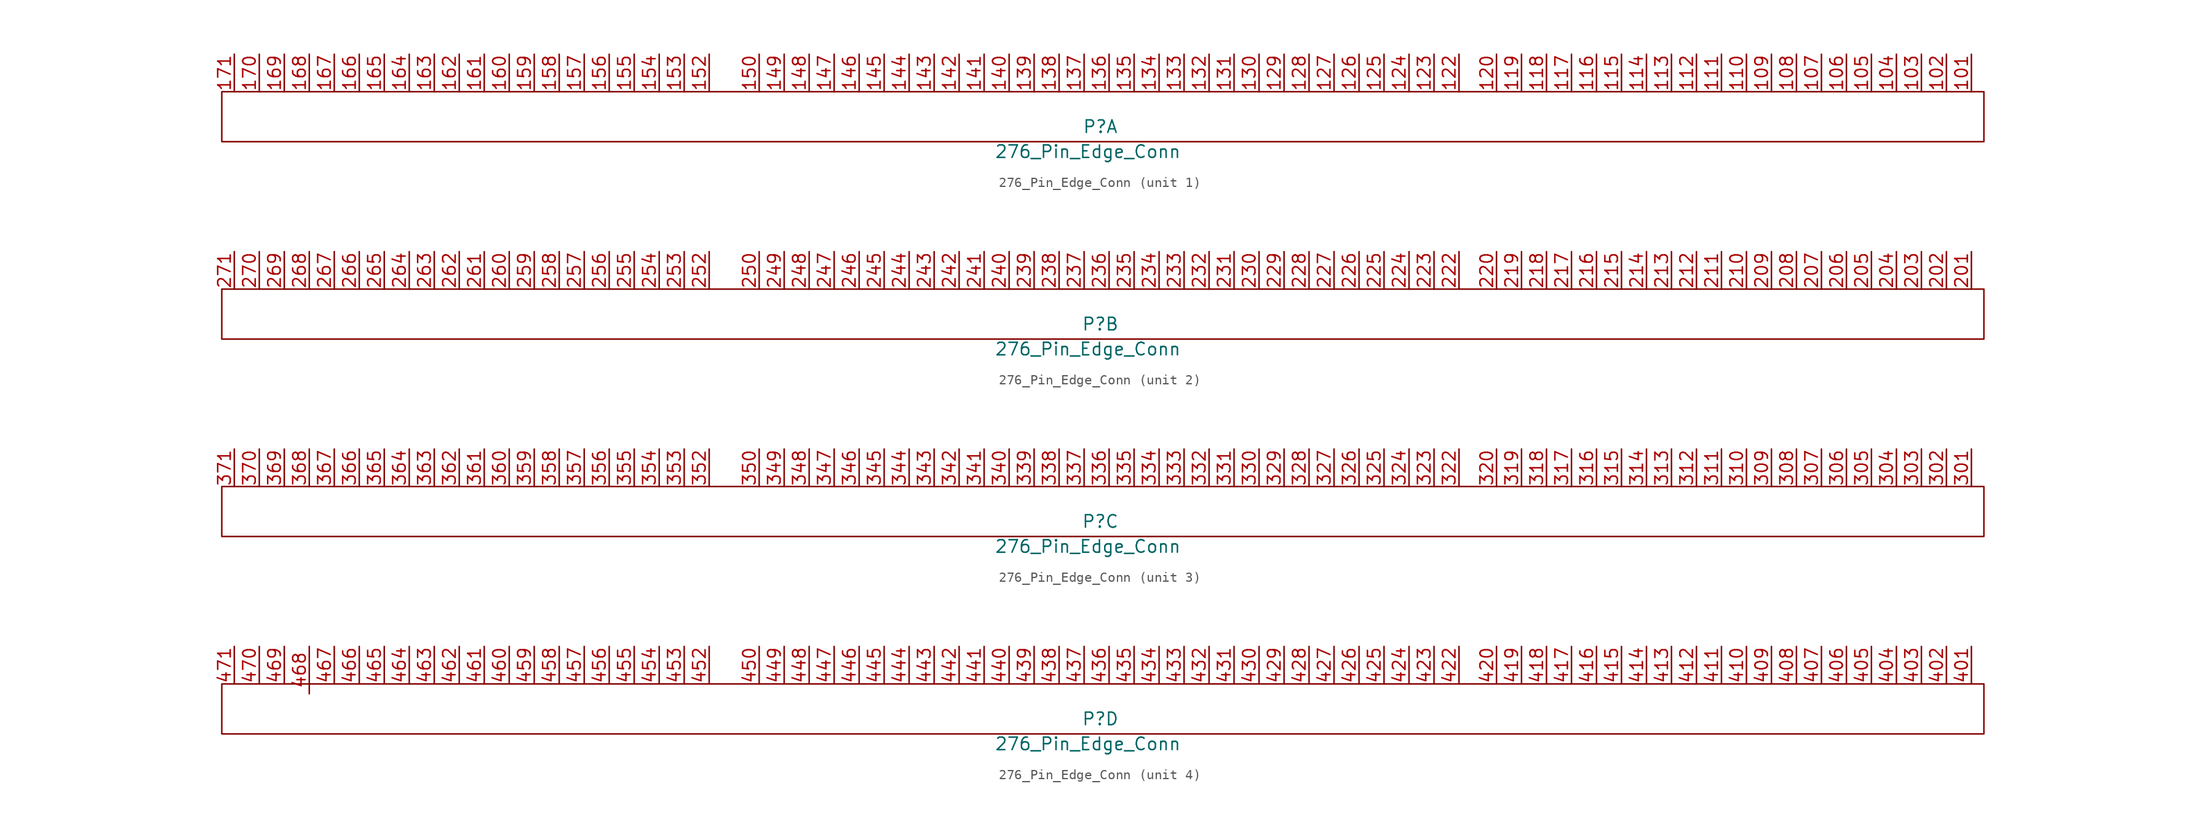
<source format=kicad_sym>
(kicad_symbol_lib
  (version 20211014)
  (generator kicad_symbol_editor)
  (symbol "276_Pin_Edge_Conn"
    (pin_names
      (offset 0.254) hide)
    (property "Reference" "P"
      (at -2.159 -2.286 0)
      (effects (font (size 1.27 1.27))))
    (property "Value" "276_Pin_Edge_Conn"
      (at -3.429 -4.826 0)
      (effects (font (size 1.27 1.27))))
    (symbol "276_Pin_Edge_Conn_0_1"
      (rectangle (start -91.44 1.27) (end 87.63 -3.81) (stroke (width 0) (type default) (color 0 0 0 0)) (fill (type none))))
    (symbol "276_Pin_Edge_Conn_1_1"
      (pin passive line (at 86.36 5.08 270) (length 3.81) (name "101" (effects (font (size 1.27 1.27)))) (number "101" (effects (font (size 1.27 1.27)))))
      (pin passive line (at 83.82 5.08 270) (length 3.81) (name "102" (effects (font (size 1.27 1.27)))) (number "102" (effects (font (size 1.27 1.27)))))
      (pin passive line (at 81.28 5.08 270) (length 3.81) (name "103" (effects (font (size 1.27 1.27)))) (number "103" (effects (font (size 1.27 1.27)))))
      (pin passive line (at 78.74 5.08 270) (length 3.81) (name "104" (effects (font (size 1.27 1.27)))) (number "104" (effects (font (size 1.27 1.27)))))
      (pin passive line (at 76.2 5.08 270) (length 3.81) (name "105" (effects (font (size 1.27 1.27)))) (number "105" (effects (font (size 1.27 1.27)))))
      (pin passive line (at 73.66 5.08 270) (length 3.81) (name "106" (effects (font (size 1.27 1.27)))) (number "106" (effects (font (size 1.27 1.27)))))
      (pin passive line (at 71.12 5.08 270) (length 3.81) (name "107" (effects (font (size 1.27 1.27)))) (number "107" (effects (font (size 1.27 1.27)))))
      (pin passive line (at 68.58 5.08 270) (length 3.81) (name "108" (effects (font (size 1.27 1.27)))) (number "108" (effects (font (size 1.27 1.27)))))
      (pin passive line (at 66.04 5.08 270) (length 3.81) (name "109" (effects (font (size 1.27 1.27)))) (number "109" (effects (font (size 1.27 1.27)))))
      (pin passive line (at 63.5 5.08 270) (length 3.81) (name "110" (effects (font (size 1.27 1.27)))) (number "110" (effects (font (size 1.27 1.27)))))
      (pin passive line (at 60.96 5.08 270) (length 3.81) (name "111" (effects (font (size 1.27 1.27)))) (number "111" (effects (font (size 1.27 1.27)))))
      (pin passive line (at 58.42 5.08 270) (length 3.81) (name "112" (effects (font (size 1.27 1.27)))) (number "112" (effects (font (size 1.27 1.27)))))
      (pin passive line (at 55.88 5.08 270) (length 3.81) (name "113" (effects (font (size 1.27 1.27)))) (number "113" (effects (font (size 1.27 1.27)))))
      (pin passive line (at 53.34 5.08 270) (length 3.81) (name "114" (effects (font (size 1.27 1.27)))) (number "114" (effects (font (size 1.27 1.27)))))
      (pin passive line (at 50.8 5.08 270) (length 3.81) (name "115" (effects (font (size 1.27 1.27)))) (number "115" (effects (font (size 1.27 1.27)))))
      (pin passive line (at 48.26 5.08 270) (length 3.81) (name "116" (effects (font (size 1.27 1.27)))) (number "116" (effects (font (size 1.27 1.27)))))
      (pin passive line (at 45.72 5.08 270) (length 3.81) (name "117" (effects (font (size 1.27 1.27)))) (number "117" (effects (font (size 1.27 1.27)))))
      (pin passive line (at 43.18 5.08 270) (length 3.81) (name "118" (effects (font (size 1.27 1.27)))) (number "118" (effects (font (size 1.27 1.27)))))
      (pin passive line (at 40.64 5.08 270) (length 3.81) (name "119" (effects (font (size 1.27 1.27)))) (number "119" (effects (font (size 1.27 1.27)))))
      (pin passive line (at 38.1 5.08 270) (length 3.81) (name "120" (effects (font (size 1.27 1.27)))) (number "120" (effects (font (size 1.27 1.27)))))
      (pin passive line (at 34.29 5.08 270) (length 3.81) (name "122" (effects (font (size 1.27 1.27)))) (number "122" (effects (font (size 1.27 1.27)))))
      (pin passive line (at 31.75 5.08 270) (length 3.81) (name "123" (effects (font (size 1.27 1.27)))) (number "123" (effects (font (size 1.27 1.27)))))
      (pin passive line (at 29.21 5.08 270) (length 3.81) (name "124" (effects (font (size 1.27 1.27)))) (number "124" (effects (font (size 1.27 1.27)))))
      (pin passive line (at 26.67 5.08 270) (length 3.81) (name "125" (effects (font (size 1.27 1.27)))) (number "125" (effects (font (size 1.27 1.27)))))
      (pin passive line (at 24.13 5.08 270) (length 3.81) (name "126" (effects (font (size 1.27 1.27)))) (number "126" (effects (font (size 1.27 1.27)))))
      (pin passive line (at 21.59 5.08 270) (length 3.81) (name "127" (effects (font (size 1.27 1.27)))) (number "127" (effects (font (size 1.27 1.27)))))
      (pin passive line (at 19.05 5.08 270) (length 3.81) (name "128" (effects (font (size 1.27 1.27)))) (number "128" (effects (font (size 1.27 1.27)))))
      (pin passive line (at 16.51 5.08 270) (length 3.81) (name "129" (effects (font (size 1.27 1.27)))) (number "129" (effects (font (size 1.27 1.27)))))
      (pin passive line (at 13.97 5.08 270) (length 3.81) (name "130" (effects (font (size 1.27 1.27)))) (number "130" (effects (font (size 1.27 1.27)))))
      (pin passive line (at 11.43 5.08 270) (length 3.81) (name "131" (effects (font (size 1.27 1.27)))) (number "131" (effects (font (size 1.27 1.27)))))
      (pin passive line (at 8.89 5.08 270) (length 3.81) (name "132" (effects (font (size 1.27 1.27)))) (number "132" (effects (font (size 1.27 1.27)))))
      (pin passive line (at 6.35 5.08 270) (length 3.81) (name "133" (effects (font (size 1.27 1.27)))) (number "133" (effects (font (size 1.27 1.27)))))
      (pin passive line (at 3.81 5.08 270) (length 3.81) (name "134" (effects (font (size 1.27 1.27)))) (number "134" (effects (font (size 1.27 1.27)))))
      (pin passive line (at 1.27 5.08 270) (length 3.81) (name "135" (effects (font (size 1.27 1.27)))) (number "135" (effects (font (size 1.27 1.27)))))
      (pin passive line (at -1.27 5.08 270) (length 3.81) (name "136" (effects (font (size 1.27 1.27)))) (number "136" (effects (font (size 1.27 1.27)))))
      (pin passive line (at -3.81 5.08 270) (length 3.81) (name "137" (effects (font (size 1.27 1.27)))) (number "137" (effects (font (size 1.27 1.27)))))
      (pin passive line (at -6.35 5.08 270) (length 3.81) (name "138" (effects (font (size 1.27 1.27)))) (number "138" (effects (font (size 1.27 1.27)))))
      (pin passive line (at -8.89 5.08 270) (length 3.81) (name "139" (effects (font (size 1.27 1.27)))) (number "139" (effects (font (size 1.27 1.27)))))
      (pin passive line (at -11.43 5.08 270) (length 3.81) (name "140" (effects (font (size 1.27 1.27)))) (number "140" (effects (font (size 1.27 1.27)))))
      (pin passive line (at -13.97 5.08 270) (length 3.81) (name "141" (effects (font (size 1.27 1.27)))) (number "141" (effects (font (size 1.27 1.27)))))
      (pin passive line (at -16.51 5.08 270) (length 3.81) (name "142" (effects (font (size 1.27 1.27)))) (number "142" (effects (font (size 1.27 1.27)))))
      (pin passive line (at -19.05 5.08 270) (length 3.81) (name "143" (effects (font (size 1.27 1.27)))) (number "143" (effects (font (size 1.27 1.27)))))
      (pin passive line (at -21.59 5.08 270) (length 3.81) (name "144" (effects (font (size 1.27 1.27)))) (number "144" (effects (font (size 1.27 1.27)))))
      (pin passive line (at -24.13 5.08 270) (length 3.81) (name "145" (effects (font (size 1.27 1.27)))) (number "145" (effects (font (size 1.27 1.27)))))
      (pin passive line (at -26.67 5.08 270) (length 3.81) (name "146" (effects (font (size 1.27 1.27)))) (number "146" (effects (font (size 1.27 1.27)))))
      (pin passive line (at -29.21 5.08 270) (length 3.81) (name "147" (effects (font (size 1.27 1.27)))) (number "147" (effects (font (size 1.27 1.27)))))
      (pin passive line (at -31.75 5.08 270) (length 3.81) (name "148" (effects (font (size 1.27 1.27)))) (number "148" (effects (font (size 1.27 1.27)))))
      (pin passive line (at -34.29 5.08 270) (length 3.81) (name "149" (effects (font (size 1.27 1.27)))) (number "149" (effects (font (size 1.27 1.27)))))
      (pin passive line (at -36.83 5.08 270) (length 3.81) (name "150" (effects (font (size 1.27 1.27)))) (number "150" (effects (font (size 1.27 1.27)))))
      (pin passive line (at -41.91 5.08 270) (length 3.81) (name "152" (effects (font (size 1.27 1.27)))) (number "152" (effects (font (size 1.27 1.27)))))
      (pin passive line (at -44.45 5.08 270) (length 3.81) (name "153" (effects (font (size 1.27 1.27)))) (number "153" (effects (font (size 1.27 1.27)))))
      (pin passive line (at -46.99 5.08 270) (length 3.81) (name "154" (effects (font (size 1.27 1.27)))) (number "154" (effects (font (size 1.27 1.27)))))
      (pin passive line (at -49.53 5.08 270) (length 3.81) (name "155" (effects (font (size 1.27 1.27)))) (number "155" (effects (font (size 1.27 1.27)))))
      (pin passive line (at -52.07 5.08 270) (length 3.81) (name "156" (effects (font (size 1.27 1.27)))) (number "156" (effects (font (size 1.27 1.27)))))
      (pin passive line (at -54.61 5.08 270) (length 3.81) (name "157" (effects (font (size 1.27 1.27)))) (number "157" (effects (font (size 1.27 1.27)))))
      (pin passive line (at -57.15 5.08 270) (length 3.81) (name "158" (effects (font (size 1.27 1.27)))) (number "158" (effects (font (size 1.27 1.27)))))
      (pin passive line (at -59.69 5.08 270) (length 3.81) (name "159" (effects (font (size 1.27 1.27)))) (number "159" (effects (font (size 1.27 1.27)))))
      (pin passive line (at -62.23 5.08 270) (length 3.81) (name "160" (effects (font (size 1.27 1.27)))) (number "160" (effects (font (size 1.27 1.27)))))
      (pin passive line (at -64.77 5.08 270) (length 3.81) (name "161" (effects (font (size 1.27 1.27)))) (number "161" (effects (font (size 1.27 1.27)))))
      (pin passive line (at -67.31 5.08 270) (length 3.81) (name "162" (effects (font (size 1.27 1.27)))) (number "162" (effects (font (size 1.27 1.27)))))
      (pin passive line (at -69.85 5.08 270) (length 3.81) (name "163" (effects (font (size 1.27 1.27)))) (number "163" (effects (font (size 1.27 1.27)))))
      (pin passive line (at -72.39 5.08 270) (length 3.81) (name "164" (effects (font (size 1.27 1.27)))) (number "164" (effects (font (size 1.27 1.27)))))
      (pin passive line (at -74.93 5.08 270) (length 3.81) (name "165" (effects (font (size 1.27 1.27)))) (number "165" (effects (font (size 1.27 1.27)))))
      (pin passive line (at -77.47 5.08 270) (length 3.81) (name "166" (effects (font (size 1.27 1.27)))) (number "166" (effects (font (size 1.27 1.27)))))
      (pin passive line (at -80.01 5.08 270) (length 3.81) (name "167" (effects (font (size 1.27 1.27)))) (number "167" (effects (font (size 1.27 1.27)))))
      (pin passive line (at -82.55 5.08 270) (length 3.81) (name "168" (effects (font (size 1.27 1.27)))) (number "168" (effects (font (size 1.27 1.27)))))
      (pin passive line (at -85.09 5.08 270) (length 3.81) (name "169" (effects (font (size 1.27 1.27)))) (number "169" (effects (font (size 1.27 1.27)))))
      (pin passive line (at -87.63 5.08 270) (length 3.81) (name "170" (effects (font (size 1.27 1.27)))) (number "170" (effects (font (size 1.27 1.27)))))
      (pin passive line (at -90.17 5.08 270) (length 3.81) (name "171" (effects (font (size 1.27 1.27)))) (number "171" (effects (font (size 1.27 1.27))))))
    (symbol "276_Pin_Edge_Conn_2_1"
      (pin passive line (at 86.36 5.08 270) (length 3.81) (name "201" (effects (font (size 1.27 1.27)))) (number "201" (effects (font (size 1.27 1.27)))))
      (pin passive line (at 83.82 5.08 270) (length 3.81) (name "202" (effects (font (size 1.27 1.27)))) (number "202" (effects (font (size 1.27 1.27)))))
      (pin passive line (at 81.28 5.08 270) (length 3.81) (name "203" (effects (font (size 1.27 1.27)))) (number "203" (effects (font (size 1.27 1.27)))))
      (pin passive line (at 78.74 5.08 270) (length 3.81) (name "204" (effects (font (size 1.27 1.27)))) (number "204" (effects (font (size 1.27 1.27)))))
      (pin passive line (at 76.2 5.08 270) (length 3.81) (name "205" (effects (font (size 1.27 1.27)))) (number "205" (effects (font (size 1.27 1.27)))))
      (pin passive line (at 73.66 5.08 270) (length 3.81) (name "206" (effects (font (size 1.27 1.27)))) (number "206" (effects (font (size 1.27 1.27)))))
      (pin passive line (at 71.12 5.08 270) (length 3.81) (name "207" (effects (font (size 1.27 1.27)))) (number "207" (effects (font (size 1.27 1.27)))))
      (pin passive line (at 68.58 5.08 270) (length 3.81) (name "208" (effects (font (size 1.27 1.27)))) (number "208" (effects (font (size 1.27 1.27)))))
      (pin passive line (at 66.04 5.08 270) (length 3.81) (name "209" (effects (font (size 1.27 1.27)))) (number "209" (effects (font (size 1.27 1.27)))))
      (pin passive line (at 63.5 5.08 270) (length 3.81) (name "210" (effects (font (size 1.27 1.27)))) (number "210" (effects (font (size 1.27 1.27)))))
      (pin passive line (at 60.96 5.08 270) (length 3.81) (name "211" (effects (font (size 1.27 1.27)))) (number "211" (effects (font (size 1.27 1.27)))))
      (pin passive line (at 58.42 5.08 270) (length 3.81) (name "212" (effects (font (size 1.27 1.27)))) (number "212" (effects (font (size 1.27 1.27)))))
      (pin passive line (at 55.88 5.08 270) (length 3.81) (name "213" (effects (font (size 1.27 1.27)))) (number "213" (effects (font (size 1.27 1.27)))))
      (pin passive line (at 53.34 5.08 270) (length 3.81) (name "214" (effects (font (size 1.27 1.27)))) (number "214" (effects (font (size 1.27 1.27)))))
      (pin passive line (at 50.8 5.08 270) (length 3.81) (name "215" (effects (font (size 1.27 1.27)))) (number "215" (effects (font (size 1.27 1.27)))))
      (pin passive line (at 48.26 5.08 270) (length 3.81) (name "216" (effects (font (size 1.27 1.27)))) (number "216" (effects (font (size 1.27 1.27)))))
      (pin passive line (at 45.72 5.08 270) (length 3.81) (name "217" (effects (font (size 1.27 1.27)))) (number "217" (effects (font (size 1.27 1.27)))))
      (pin passive line (at 43.18 5.08 270) (length 3.81) (name "218" (effects (font (size 1.27 1.27)))) (number "218" (effects (font (size 1.27 1.27)))))
      (pin passive line (at 40.64 5.08 270) (length 3.81) (name "219" (effects (font (size 1.27 1.27)))) (number "219" (effects (font (size 1.27 1.27)))))
      (pin passive line (at 38.1 5.08 270) (length 3.81) (name "220" (effects (font (size 1.27 1.27)))) (number "220" (effects (font (size 1.27 1.27)))))
      (pin passive line (at 34.29 5.08 270) (length 3.81) (name "222" (effects (font (size 1.27 1.27)))) (number "222" (effects (font (size 1.27 1.27)))))
      (pin passive line (at 31.75 5.08 270) (length 3.81) (name "223" (effects (font (size 1.27 1.27)))) (number "223" (effects (font (size 1.27 1.27)))))
      (pin passive line (at 29.21 5.08 270) (length 3.81) (name "224" (effects (font (size 1.27 1.27)))) (number "224" (effects (font (size 1.27 1.27)))))
      (pin passive line (at 26.67 5.08 270) (length 3.81) (name "225" (effects (font (size 1.27 1.27)))) (number "225" (effects (font (size 1.27 1.27)))))
      (pin passive line (at 24.13 5.08 270) (length 3.81) (name "226" (effects (font (size 1.27 1.27)))) (number "226" (effects (font (size 1.27 1.27)))))
      (pin passive line (at 21.59 5.08 270) (length 3.81) (name "227" (effects (font (size 1.27 1.27)))) (number "227" (effects (font (size 1.27 1.27)))))
      (pin passive line (at 19.05 5.08 270) (length 3.81) (name "228" (effects (font (size 1.27 1.27)))) (number "228" (effects (font (size 1.27 1.27)))))
      (pin passive line (at 16.51 5.08 270) (length 3.81) (name "229" (effects (font (size 1.27 1.27)))) (number "229" (effects (font (size 1.27 1.27)))))
      (pin passive line (at 13.97 5.08 270) (length 3.81) (name "230" (effects (font (size 1.27 1.27)))) (number "230" (effects (font (size 1.27 1.27)))))
      (pin passive line (at 11.43 5.08 270) (length 3.81) (name "231" (effects (font (size 1.27 1.27)))) (number "231" (effects (font (size 1.27 1.27)))))
      (pin passive line (at 8.89 5.08 270) (length 3.81) (name "232" (effects (font (size 1.27 1.27)))) (number "232" (effects (font (size 1.27 1.27)))))
      (pin passive line (at 6.35 5.08 270) (length 3.81) (name "233" (effects (font (size 1.27 1.27)))) (number "233" (effects (font (size 1.27 1.27)))))
      (pin passive line (at 3.81 5.08 270) (length 3.81) (name "234" (effects (font (size 1.27 1.27)))) (number "234" (effects (font (size 1.27 1.27)))))
      (pin passive line (at 1.27 5.08 270) (length 3.81) (name "235" (effects (font (size 1.27 1.27)))) (number "235" (effects (font (size 1.27 1.27)))))
      (pin passive line (at -1.27 5.08 270) (length 3.81) (name "236" (effects (font (size 1.27 1.27)))) (number "236" (effects (font (size 1.27 1.27)))))
      (pin passive line (at -3.81 5.08 270) (length 3.81) (name "237" (effects (font (size 1.27 1.27)))) (number "237" (effects (font (size 1.27 1.27)))))
      (pin passive line (at -6.35 5.08 270) (length 3.81) (name "238" (effects (font (size 1.27 1.27)))) (number "238" (effects (font (size 1.27 1.27)))))
      (pin passive line (at -8.89 5.08 270) (length 3.81) (name "239" (effects (font (size 1.27 1.27)))) (number "239" (effects (font (size 1.27 1.27)))))
      (pin passive line (at -11.43 5.08 270) (length 3.81) (name "240" (effects (font (size 1.27 1.27)))) (number "240" (effects (font (size 1.27 1.27)))))
      (pin passive line (at -13.97 5.08 270) (length 3.81) (name "241" (effects (font (size 1.27 1.27)))) (number "241" (effects (font (size 1.27 1.27)))))
      (pin passive line (at -16.51 5.08 270) (length 3.81) (name "242" (effects (font (size 1.27 1.27)))) (number "242" (effects (font (size 1.27 1.27)))))
      (pin passive line (at -19.05 5.08 270) (length 3.81) (name "243" (effects (font (size 1.27 1.27)))) (number "243" (effects (font (size 1.27 1.27)))))
      (pin passive line (at -21.59 5.08 270) (length 3.81) (name "244" (effects (font (size 1.27 1.27)))) (number "244" (effects (font (size 1.27 1.27)))))
      (pin passive line (at -24.13 5.08 270) (length 3.81) (name "245" (effects (font (size 1.27 1.27)))) (number "245" (effects (font (size 1.27 1.27)))))
      (pin passive line (at -26.67 5.08 270) (length 3.81) (name "246" (effects (font (size 1.27 1.27)))) (number "246" (effects (font (size 1.27 1.27)))))
      (pin passive line (at -29.21 5.08 270) (length 3.81) (name "247" (effects (font (size 1.27 1.27)))) (number "247" (effects (font (size 1.27 1.27)))))
      (pin passive line (at -31.75 5.08 270) (length 3.81) (name "248" (effects (font (size 1.27 1.27)))) (number "248" (effects (font (size 1.27 1.27)))))
      (pin passive line (at -34.29 5.08 270) (length 3.81) (name "249" (effects (font (size 1.27 1.27)))) (number "249" (effects (font (size 1.27 1.27)))))
      (pin passive line (at -36.83 5.08 270) (length 3.81) (name "250" (effects (font (size 1.27 1.27)))) (number "250" (effects (font (size 1.27 1.27)))))
      (pin passive line (at -41.91 5.08 270) (length 3.81) (name "252" (effects (font (size 1.27 1.27)))) (number "252" (effects (font (size 1.27 1.27)))))
      (pin passive line (at -44.45 5.08 270) (length 3.81) (name "253" (effects (font (size 1.27 1.27)))) (number "253" (effects (font (size 1.27 1.27)))))
      (pin passive line (at -46.99 5.08 270) (length 3.81) (name "254" (effects (font (size 1.27 1.27)))) (number "254" (effects (font (size 1.27 1.27)))))
      (pin passive line (at -49.53 5.08 270) (length 3.81) (name "255" (effects (font (size 1.27 1.27)))) (number "255" (effects (font (size 1.27 1.27)))))
      (pin passive line (at -52.07 5.08 270) (length 3.81) (name "256" (effects (font (size 1.27 1.27)))) (number "256" (effects (font (size 1.27 1.27)))))
      (pin passive line (at -54.61 5.08 270) (length 3.81) (name "257" (effects (font (size 1.27 1.27)))) (number "257" (effects (font (size 1.27 1.27)))))
      (pin passive line (at -57.15 5.08 270) (length 3.81) (name "258" (effects (font (size 1.27 1.27)))) (number "258" (effects (font (size 1.27 1.27)))))
      (pin passive line (at -59.69 5.08 270) (length 3.81) (name "259" (effects (font (size 1.27 1.27)))) (number "259" (effects (font (size 1.27 1.27)))))
      (pin passive line (at -62.23 5.08 270) (length 3.81) (name "260" (effects (font (size 1.27 1.27)))) (number "260" (effects (font (size 1.27 1.27)))))
      (pin passive line (at -64.77 5.08 270) (length 3.81) (name "261" (effects (font (size 1.27 1.27)))) (number "261" (effects (font (size 1.27 1.27)))))
      (pin passive line (at -67.31 5.08 270) (length 3.81) (name "262" (effects (font (size 1.27 1.27)))) (number "262" (effects (font (size 1.27 1.27)))))
      (pin passive line (at -69.85 5.08 270) (length 3.81) (name "263" (effects (font (size 1.27 1.27)))) (number "263" (effects (font (size 1.27 1.27)))))
      (pin passive line (at -72.39 5.08 270) (length 3.81) (name "264" (effects (font (size 1.27 1.27)))) (number "264" (effects (font (size 1.27 1.27)))))
      (pin passive line (at -74.93 5.08 270) (length 3.81) (name "265" (effects (font (size 1.27 1.27)))) (number "265" (effects (font (size 1.27 1.27)))))
      (pin passive line (at -77.47 5.08 270) (length 3.81) (name "266" (effects (font (size 1.27 1.27)))) (number "266" (effects (font (size 1.27 1.27)))))
      (pin passive line (at -80.01 5.08 270) (length 3.81) (name "267" (effects (font (size 1.27 1.27)))) (number "267" (effects (font (size 1.27 1.27)))))
      (pin passive line (at -82.55 5.08 270) (length 3.81) (name "268" (effects (font (size 1.27 1.27)))) (number "268" (effects (font (size 1.27 1.27)))))
      (pin passive line (at -85.09 5.08 270) (length 3.81) (name "269" (effects (font (size 1.27 1.27)))) (number "269" (effects (font (size 1.27 1.27)))))
      (pin passive line (at -87.63 5.08 270) (length 3.81) (name "270" (effects (font (size 1.27 1.27)))) (number "270" (effects (font (size 1.27 1.27)))))
      (pin passive line (at -90.17 5.08 270) (length 3.81) (name "271" (effects (font (size 1.27 1.27)))) (number "271" (effects (font (size 1.27 1.27))))))
    (symbol "276_Pin_Edge_Conn_3_1"
      (pin passive line (at 86.36 5.08 270) (length 3.81) (name "301" (effects (font (size 1.27 1.27)))) (number "301" (effects (font (size 1.27 1.27)))))
      (pin passive line (at 83.82 5.08 270) (length 3.81) (name "302" (effects (font (size 1.27 1.27)))) (number "302" (effects (font (size 1.27 1.27)))))
      (pin passive line (at 81.28 5.08 270) (length 3.81) (name "303" (effects (font (size 1.27 1.27)))) (number "303" (effects (font (size 1.27 1.27)))))
      (pin passive line (at 78.74 5.08 270) (length 3.81) (name "304" (effects (font (size 1.27 1.27)))) (number "304" (effects (font (size 1.27 1.27)))))
      (pin passive line (at 76.2 5.08 270) (length 3.81) (name "305" (effects (font (size 1.27 1.27)))) (number "305" (effects (font (size 1.27 1.27)))))
      (pin passive line (at 73.66 5.08 270) (length 3.81) (name "306" (effects (font (size 1.27 1.27)))) (number "306" (effects (font (size 1.27 1.27)))))
      (pin passive line (at 71.12 5.08 270) (length 3.81) (name "307" (effects (font (size 1.27 1.27)))) (number "307" (effects (font (size 1.27 1.27)))))
      (pin passive line (at 68.58 5.08 270) (length 3.81) (name "308" (effects (font (size 1.27 1.27)))) (number "308" (effects (font (size 1.27 1.27)))))
      (pin passive line (at 66.04 5.08 270) (length 3.81) (name "309" (effects (font (size 1.27 1.27)))) (number "309" (effects (font (size 1.27 1.27)))))
      (pin passive line (at 63.5 5.08 270) (length 3.81) (name "310" (effects (font (size 1.27 1.27)))) (number "310" (effects (font (size 1.27 1.27)))))
      (pin passive line (at 60.96 5.08 270) (length 3.81) (name "311" (effects (font (size 1.27 1.27)))) (number "311" (effects (font (size 1.27 1.27)))))
      (pin passive line (at 58.42 5.08 270) (length 3.81) (name "312" (effects (font (size 1.27 1.27)))) (number "312" (effects (font (size 1.27 1.27)))))
      (pin passive line (at 55.88 5.08 270) (length 3.81) (name "313" (effects (font (size 1.27 1.27)))) (number "313" (effects (font (size 1.27 1.27)))))
      (pin passive line (at 53.34 5.08 270) (length 3.81) (name "314" (effects (font (size 1.27 1.27)))) (number "314" (effects (font (size 1.27 1.27)))))
      (pin passive line (at 50.8 5.08 270) (length 3.81) (name "315" (effects (font (size 1.27 1.27)))) (number "315" (effects (font (size 1.27 1.27)))))
      (pin passive line (at 48.26 5.08 270) (length 3.81) (name "316" (effects (font (size 1.27 1.27)))) (number "316" (effects (font (size 1.27 1.27)))))
      (pin passive line (at 45.72 5.08 270) (length 3.81) (name "317" (effects (font (size 1.27 1.27)))) (number "317" (effects (font (size 1.27 1.27)))))
      (pin passive line (at 43.18 5.08 270) (length 3.81) (name "318" (effects (font (size 1.27 1.27)))) (number "318" (effects (font (size 1.27 1.27)))))
      (pin passive line (at 40.64 5.08 270) (length 3.81) (name "319" (effects (font (size 1.27 1.27)))) (number "319" (effects (font (size 1.27 1.27)))))
      (pin passive line (at 38.1 5.08 270) (length 3.81) (name "320" (effects (font (size 1.27 1.27)))) (number "320" (effects (font (size 1.27 1.27)))))
      (pin passive line (at 34.29 5.08 270) (length 3.81) (name "322" (effects (font (size 1.27 1.27)))) (number "322" (effects (font (size 1.27 1.27)))))
      (pin passive line (at 31.75 5.08 270) (length 3.81) (name "323" (effects (font (size 1.27 1.27)))) (number "323" (effects (font (size 1.27 1.27)))))
      (pin passive line (at 29.21 5.08 270) (length 3.81) (name "324" (effects (font (size 1.27 1.27)))) (number "324" (effects (font (size 1.27 1.27)))))
      (pin passive line (at 26.67 5.08 270) (length 3.81) (name "325" (effects (font (size 1.27 1.27)))) (number "325" (effects (font (size 1.27 1.27)))))
      (pin passive line (at 24.13 5.08 270) (length 3.81) (name "326" (effects (font (size 1.27 1.27)))) (number "326" (effects (font (size 1.27 1.27)))))
      (pin passive line (at 21.59 5.08 270) (length 3.81) (name "327" (effects (font (size 1.27 1.27)))) (number "327" (effects (font (size 1.27 1.27)))))
      (pin passive line (at 19.05 5.08 270) (length 3.81) (name "328" (effects (font (size 1.27 1.27)))) (number "328" (effects (font (size 1.27 1.27)))))
      (pin passive line (at 16.51 5.08 270) (length 3.81) (name "329" (effects (font (size 1.27 1.27)))) (number "329" (effects (font (size 1.27 1.27)))))
      (pin passive line (at 13.97 5.08 270) (length 3.81) (name "330" (effects (font (size 1.27 1.27)))) (number "330" (effects (font (size 1.27 1.27)))))
      (pin passive line (at 11.43 5.08 270) (length 3.81) (name "331" (effects (font (size 1.27 1.27)))) (number "331" (effects (font (size 1.27 1.27)))))
      (pin passive line (at 8.89 5.08 270) (length 3.81) (name "332" (effects (font (size 1.27 1.27)))) (number "332" (effects (font (size 1.27 1.27)))))
      (pin passive line (at 6.35 5.08 270) (length 3.81) (name "333" (effects (font (size 1.27 1.27)))) (number "333" (effects (font (size 1.27 1.27)))))
      (pin passive line (at 3.81 5.08 270) (length 3.81) (name "334" (effects (font (size 1.27 1.27)))) (number "334" (effects (font (size 1.27 1.27)))))
      (pin passive line (at 1.27 5.08 270) (length 3.81) (name "335" (effects (font (size 1.27 1.27)))) (number "335" (effects (font (size 1.27 1.27)))))
      (pin passive line (at -1.27 5.08 270) (length 3.81) (name "336" (effects (font (size 1.27 1.27)))) (number "336" (effects (font (size 1.27 1.27)))))
      (pin passive line (at -3.81 5.08 270) (length 3.81) (name "337" (effects (font (size 1.27 1.27)))) (number "337" (effects (font (size 1.27 1.27)))))
      (pin passive line (at -6.35 5.08 270) (length 3.81) (name "338" (effects (font (size 1.27 1.27)))) (number "338" (effects (font (size 1.27 1.27)))))
      (pin passive line (at -8.89 5.08 270) (length 3.81) (name "339" (effects (font (size 1.27 1.27)))) (number "339" (effects (font (size 1.27 1.27)))))
      (pin passive line (at -11.43 5.08 270) (length 3.81) (name "340" (effects (font (size 1.27 1.27)))) (number "340" (effects (font (size 1.27 1.27)))))
      (pin passive line (at -13.97 5.08 270) (length 3.81) (name "341" (effects (font (size 1.27 1.27)))) (number "341" (effects (font (size 1.27 1.27)))))
      (pin passive line (at -16.51 5.08 270) (length 3.81) (name "342" (effects (font (size 1.27 1.27)))) (number "342" (effects (font (size 1.27 1.27)))))
      (pin passive line (at -19.05 5.08 270) (length 3.81) (name "343" (effects (font (size 1.27 1.27)))) (number "343" (effects (font (size 1.27 1.27)))))
      (pin passive line (at -21.59 5.08 270) (length 3.81) (name "344" (effects (font (size 1.27 1.27)))) (number "344" (effects (font (size 1.27 1.27)))))
      (pin passive line (at -24.13 5.08 270) (length 3.81) (name "345" (effects (font (size 1.27 1.27)))) (number "345" (effects (font (size 1.27 1.27)))))
      (pin passive line (at -26.67 5.08 270) (length 3.81) (name "346" (effects (font (size 1.27 1.27)))) (number "346" (effects (font (size 1.27 1.27)))))
      (pin passive line (at -29.21 5.08 270) (length 3.81) (name "347" (effects (font (size 1.27 1.27)))) (number "347" (effects (font (size 1.27 1.27)))))
      (pin passive line (at -31.75 5.08 270) (length 3.81) (name "348" (effects (font (size 1.27 1.27)))) (number "348" (effects (font (size 1.27 1.27)))))
      (pin passive line (at -34.29 5.08 270) (length 3.81) (name "349" (effects (font (size 1.27 1.27)))) (number "349" (effects (font (size 1.27 1.27)))))
      (pin passive line (at -36.83 5.08 270) (length 3.81) (name "350" (effects (font (size 1.27 1.27)))) (number "350" (effects (font (size 1.27 1.27)))))
      (pin passive line (at -41.91 5.08 270) (length 3.81) (name "352" (effects (font (size 1.27 1.27)))) (number "352" (effects (font (size 1.27 1.27)))))
      (pin passive line (at -44.45 5.08 270) (length 3.81) (name "353" (effects (font (size 1.27 1.27)))) (number "353" (effects (font (size 1.27 1.27)))))
      (pin passive line (at -46.99 5.08 270) (length 3.81) (name "354" (effects (font (size 1.27 1.27)))) (number "354" (effects (font (size 1.27 1.27)))))
      (pin passive line (at -49.53 5.08 270) (length 3.81) (name "355" (effects (font (size 1.27 1.27)))) (number "355" (effects (font (size 1.27 1.27)))))
      (pin passive line (at -52.07 5.08 270) (length 3.81) (name "356" (effects (font (size 1.27 1.27)))) (number "356" (effects (font (size 1.27 1.27)))))
      (pin passive line (at -54.61 5.08 270) (length 3.81) (name "357" (effects (font (size 1.27 1.27)))) (number "357" (effects (font (size 1.27 1.27)))))
      (pin passive line (at -57.15 5.08 270) (length 3.81) (name "358" (effects (font (size 1.27 1.27)))) (number "358" (effects (font (size 1.27 1.27)))))
      (pin passive line (at -59.69 5.08 270) (length 3.81) (name "359" (effects (font (size 1.27 1.27)))) (number "359" (effects (font (size 1.27 1.27)))))
      (pin passive line (at -62.23 5.08 270) (length 3.81) (name "360" (effects (font (size 1.27 1.27)))) (number "360" (effects (font (size 1.27 1.27)))))
      (pin passive line (at -64.77 5.08 270) (length 3.81) (name "361" (effects (font (size 1.27 1.27)))) (number "361" (effects (font (size 1.27 1.27)))))
      (pin passive line (at -67.31 5.08 270) (length 3.81) (name "362" (effects (font (size 1.27 1.27)))) (number "362" (effects (font (size 1.27 1.27)))))
      (pin passive line (at -69.85 5.08 270) (length 3.81) (name "363" (effects (font (size 1.27 1.27)))) (number "363" (effects (font (size 1.27 1.27)))))
      (pin passive line (at -72.39 5.08 270) (length 3.81) (name "364" (effects (font (size 1.27 1.27)))) (number "364" (effects (font (size 1.27 1.27)))))
      (pin passive line (at -74.93 5.08 270) (length 3.81) (name "365" (effects (font (size 1.27 1.27)))) (number "365" (effects (font (size 1.27 1.27)))))
      (pin passive line (at -77.47 5.08 270) (length 3.81) (name "366" (effects (font (size 1.27 1.27)))) (number "366" (effects (font (size 1.27 1.27)))))
      (pin passive line (at -80.01 5.08 270) (length 3.81) (name "367" (effects (font (size 1.27 1.27)))) (number "367" (effects (font (size 1.27 1.27)))))
      (pin passive line (at -82.55 5.08 270) (length 3.81) (name "368" (effects (font (size 1.27 1.27)))) (number "368" (effects (font (size 1.27 1.27)))))
      (pin passive line (at -85.09 5.08 270) (length 3.81) (name "369" (effects (font (size 1.27 1.27)))) (number "369" (effects (font (size 1.27 1.27)))))
      (pin passive line (at -87.63 5.08 270) (length 3.81) (name "370" (effects (font (size 1.27 1.27)))) (number "370" (effects (font (size 1.27 1.27)))))
      (pin passive line (at -90.17 5.08 270) (length 3.81) (name "371" (effects (font (size 1.27 1.27)))) (number "371" (effects (font (size 1.27 1.27))))))
    (symbol "276_Pin_Edge_Conn_4_1"
      (pin passive line (at 86.36 5.08 270) (length 3.81) (name "401" (effects (font (size 1.27 1.27)))) (number "401" (effects (font (size 1.27 1.27)))))
      (pin passive line (at 83.82 5.08 270) (length 3.81) (name "402" (effects (font (size 1.27 1.27)))) (number "402" (effects (font (size 1.27 1.27)))))
      (pin passive line (at 81.28 5.08 270) (length 3.81) (name "403" (effects (font (size 1.27 1.27)))) (number "403" (effects (font (size 1.27 1.27)))))
      (pin passive line (at 78.74 5.08 270) (length 3.81) (name "404" (effects (font (size 1.27 1.27)))) (number "404" (effects (font (size 1.27 1.27)))))
      (pin passive line (at 76.2 5.08 270) (length 3.81) (name "405" (effects (font (size 1.27 1.27)))) (number "405" (effects (font (size 1.27 1.27)))))
      (pin passive line (at 73.66 5.08 270) (length 3.81) (name "406" (effects (font (size 1.27 1.27)))) (number "406" (effects (font (size 1.27 1.27)))))
      (pin passive line (at 71.12 5.08 270) (length 3.81) (name "407" (effects (font (size 1.27 1.27)))) (number "407" (effects (font (size 1.27 1.27)))))
      (pin passive line (at 68.58 5.08 270) (length 3.81) (name "408" (effects (font (size 1.27 1.27)))) (number "408" (effects (font (size 1.27 1.27)))))
      (pin passive line (at 66.04 5.08 270) (length 3.81) (name "409" (effects (font (size 1.27 1.27)))) (number "409" (effects (font (size 1.27 1.27)))))
      (pin passive line (at 63.5 5.08 270) (length 3.81) (name "410" (effects (font (size 1.27 1.27)))) (number "410" (effects (font (size 1.27 1.27)))))
      (pin passive line (at 60.96 5.08 270) (length 3.81) (name "411" (effects (font (size 1.27 1.27)))) (number "411" (effects (font (size 1.27 1.27)))))
      (pin passive line (at 58.42 5.08 270) (length 3.81) (name "412" (effects (font (size 1.27 1.27)))) (number "412" (effects (font (size 1.27 1.27)))))
      (pin passive line (at 55.88 5.08 270) (length 3.81) (name "413" (effects (font (size 1.27 1.27)))) (number "413" (effects (font (size 1.27 1.27)))))
      (pin passive line (at 53.34 5.08 270) (length 3.81) (name "414" (effects (font (size 1.27 1.27)))) (number "414" (effects (font (size 1.27 1.27)))))
      (pin passive line (at 50.8 5.08 270) (length 3.81) (name "415" (effects (font (size 1.27 1.27)))) (number "415" (effects (font (size 1.27 1.27)))))
      (pin passive line (at 48.26 5.08 270) (length 3.81) (name "416" (effects (font (size 1.27 1.27)))) (number "416" (effects (font (size 1.27 1.27)))))
      (pin passive line (at 45.72 5.08 270) (length 3.81) (name "417" (effects (font (size 1.27 1.27)))) (number "417" (effects (font (size 1.27 1.27)))))
      (pin passive line (at 43.18 5.08 270) (length 3.81) (name "418" (effects (font (size 1.27 1.27)))) (number "418" (effects (font (size 1.27 1.27)))))
      (pin passive line (at 40.64 5.08 270) (length 3.81) (name "419" (effects (font (size 1.27 1.27)))) (number "419" (effects (font (size 1.27 1.27)))))
      (pin passive line (at 38.1 5.08 270) (length 3.81) (name "420" (effects (font (size 1.27 1.27)))) (number "420" (effects (font (size 1.27 1.27)))))
      (pin passive line (at 34.29 5.08 270) (length 3.81) (name "422" (effects (font (size 1.27 1.27)))) (number "422" (effects (font (size 1.27 1.27)))))
      (pin passive line (at 31.75 5.08 270) (length 3.81) (name "423" (effects (font (size 1.27 1.27)))) (number "423" (effects (font (size 1.27 1.27)))))
      (pin passive line (at 29.21 5.08 270) (length 3.81) (name "424" (effects (font (size 1.27 1.27)))) (number "424" (effects (font (size 1.27 1.27)))))
      (pin passive line (at 26.67 5.08 270) (length 3.81) (name "425" (effects (font (size 1.27 1.27)))) (number "425" (effects (font (size 1.27 1.27)))))
      (pin passive line (at 24.13 5.08 270) (length 3.81) (name "426" (effects (font (size 1.27 1.27)))) (number "426" (effects (font (size 1.27 1.27)))))
      (pin passive line (at 21.59 5.08 270) (length 3.81) (name "427" (effects (font (size 1.27 1.27)))) (number "427" (effects (font (size 1.27 1.27)))))
      (pin passive line (at 19.05 5.08 270) (length 3.81) (name "428" (effects (font (size 1.27 1.27)))) (number "428" (effects (font (size 1.27 1.27)))))
      (pin passive line (at 16.51 5.08 270) (length 3.81) (name "429" (effects (font (size 1.27 1.27)))) (number "429" (effects (font (size 1.27 1.27)))))
      (pin passive line (at 13.97 5.08 270) (length 3.81) (name "430" (effects (font (size 1.27 1.27)))) (number "430" (effects (font (size 1.27 1.27)))))
      (pin passive line (at 11.43 5.08 270) (length 3.81) (name "431" (effects (font (size 1.27 1.27)))) (number "431" (effects (font (size 1.27 1.27)))))
      (pin passive line (at 8.89 5.08 270) (length 3.81) (name "432" (effects (font (size 1.27 1.27)))) (number "432" (effects (font (size 1.27 1.27)))))
      (pin passive line (at 6.35 5.08 270) (length 3.81) (name "433" (effects (font (size 1.27 1.27)))) (number "433" (effects (font (size 1.27 1.27)))))
      (pin passive line (at 3.81 5.08 270) (length 3.81) (name "434" (effects (font (size 1.27 1.27)))) (number "434" (effects (font (size 1.27 1.27)))))
      (pin passive line (at 1.27 5.08 270) (length 3.81) (name "435" (effects (font (size 1.27 1.27)))) (number "435" (effects (font (size 1.27 1.27)))))
      (pin passive line (at -1.27 5.08 270) (length 3.81) (name "436" (effects (font (size 1.27 1.27)))) (number "436" (effects (font (size 1.27 1.27)))))
      (pin passive line (at -3.81 5.08 270) (length 3.81) (name "437" (effects (font (size 1.27 1.27)))) (number "437" (effects (font (size 1.27 1.27)))))
      (pin passive line (at -6.35 5.08 270) (length 3.81) (name "438" (effects (font (size 1.27 1.27)))) (number "438" (effects (font (size 1.27 1.27)))))
      (pin passive line (at -8.89 5.08 270) (length 3.81) (name "439" (effects (font (size 1.27 1.27)))) (number "439" (effects (font (size 1.27 1.27)))))
      (pin passive line (at -11.43 5.08 270) (length 3.81) (name "440" (effects (font (size 1.27 1.27)))) (number "440" (effects (font (size 1.27 1.27)))))
      (pin passive line (at -13.97 5.08 270) (length 3.81) (name "441" (effects (font (size 1.27 1.27)))) (number "441" (effects (font (size 1.27 1.27)))))
      (pin passive line (at -16.51 5.08 270) (length 3.81) (name "442" (effects (font (size 1.27 1.27)))) (number "442" (effects (font (size 1.27 1.27)))))
      (pin passive line (at -19.05 5.08 270) (length 3.81) (name "443" (effects (font (size 1.27 1.27)))) (number "443" (effects (font (size 1.27 1.27)))))
      (pin passive line (at -21.59 5.08 270) (length 3.81) (name "444" (effects (font (size 1.27 1.27)))) (number "444" (effects (font (size 1.27 1.27)))))
      (pin passive line (at -24.13 5.08 270) (length 3.81) (name "445" (effects (font (size 1.27 1.27)))) (number "445" (effects (font (size 1.27 1.27)))))
      (pin passive line (at -26.67 5.08 270) (length 3.81) (name "446" (effects (font (size 1.27 1.27)))) (number "446" (effects (font (size 1.27 1.27)))))
      (pin passive line (at -29.21 5.08 270) (length 3.81) (name "447" (effects (font (size 1.27 1.27)))) (number "447" (effects (font (size 1.27 1.27)))))
      (pin passive line (at -31.75 5.08 270) (length 3.81) (name "448" (effects (font (size 1.27 1.27)))) (number "448" (effects (font (size 1.27 1.27)))))
      (pin passive line (at -34.29 5.08 270) (length 3.81) (name "449" (effects (font (size 1.27 1.27)))) (number "449" (effects (font (size 1.27 1.27)))))
      (pin passive line (at -36.83 5.08 270) (length 3.81) (name "450" (effects (font (size 1.27 1.27)))) (number "450" (effects (font (size 1.27 1.27)))))
      (pin passive line (at -41.91 5.08 270) (length 3.81) (name "452" (effects (font (size 1.27 1.27)))) (number "452" (effects (font (size 1.27 1.27)))))
      (pin passive line (at -44.45 5.08 270) (length 3.81) (name "453" (effects (font (size 1.27 1.27)))) (number "453" (effects (font (size 1.27 1.27)))))
      (pin passive line (at -46.99 5.08 270) (length 3.81) (name "454" (effects (font (size 1.27 1.27)))) (number "454" (effects (font (size 1.27 1.27)))))
      (pin passive line (at -49.53 5.08 270) (length 3.81) (name "455" (effects (font (size 1.27 1.27)))) (number "455" (effects (font (size 1.27 1.27)))))
      (pin passive line (at -52.07 5.08 270) (length 3.81) (name "456" (effects (font (size 1.27 1.27)))) (number "456" (effects (font (size 1.27 1.27)))))
      (pin passive line (at -54.61 5.08 270) (length 3.81) (name "457" (effects (font (size 1.27 1.27)))) (number "457" (effects (font (size 1.27 1.27)))))
      (pin passive line (at -57.15 5.08 270) (length 3.81) (name "458" (effects (font (size 1.27 1.27)))) (number "458" (effects (font (size 1.27 1.27)))))
      (pin passive line (at -59.69 5.08 270) (length 3.81) (name "459" (effects (font (size 1.27 1.27)))) (number "459" (effects (font (size 1.27 1.27)))))
      (pin passive line (at -62.23 5.08 270) (length 3.81) (name "460" (effects (font (size 1.27 1.27)))) (number "460" (effects (font (size 1.27 1.27)))))
      (pin passive line (at -64.77 5.08 270) (length 3.81) (name "461" (effects (font (size 1.27 1.27)))) (number "461" (effects (font (size 1.27 1.27)))))
      (pin passive line (at -67.31 5.08 270) (length 3.81) (name "462" (effects (font (size 1.27 1.27)))) (number "462" (effects (font (size 1.27 1.27)))))
      (pin passive line (at -69.85 5.08 270) (length 3.81) (name "463" (effects (font (size 1.27 1.27)))) (number "463" (effects (font (size 1.27 1.27)))))
      (pin passive line (at -72.39 5.08 270) (length 3.81) (name "464" (effects (font (size 1.27 1.27)))) (number "464" (effects (font (size 1.27 1.27)))))
      (pin passive line (at -74.93 5.08 270) (length 3.81) (name "465" (effects (font (size 1.27 1.27)))) (number "465" (effects (font (size 1.27 1.27)))))
      (pin passive line (at -77.47 5.08 270) (length 3.81) (name "466" (effects (font (size 1.27 1.27)))) (number "466" (effects (font (size 1.27 1.27)))))
      (pin passive line (at -80.01 5.08 270) (length 3.81) (name "467" (effects (font (size 1.27 1.27)))) (number "467" (effects (font (size 1.27 1.27)))))
      (pin passive line (at -82.55 5.08 270) (length 4.81) (name "468" (effects (font (size 1.27 1.27)))) (number "468" (effects (font (size 1.27 1.27)))))
      (pin passive line (at -85.09 5.08 270) (length 3.81) (name "469" (effects (font (size 1.27 1.27)))) (number "469" (effects (font (size 1.27 1.27)))))
      (pin passive line (at -87.63 5.08 270) (length 3.81) (name "470" (effects (font (size 1.27 1.27)))) (number "470" (effects (font (size 1.27 1.27)))))
      (pin passive line (at -90.17 5.08 270) (length 3.81) (name "471" (effects (font (size 1.27 1.27)))) (number "471" (effects (font (size 1.27 1.27))))))))
</source>
